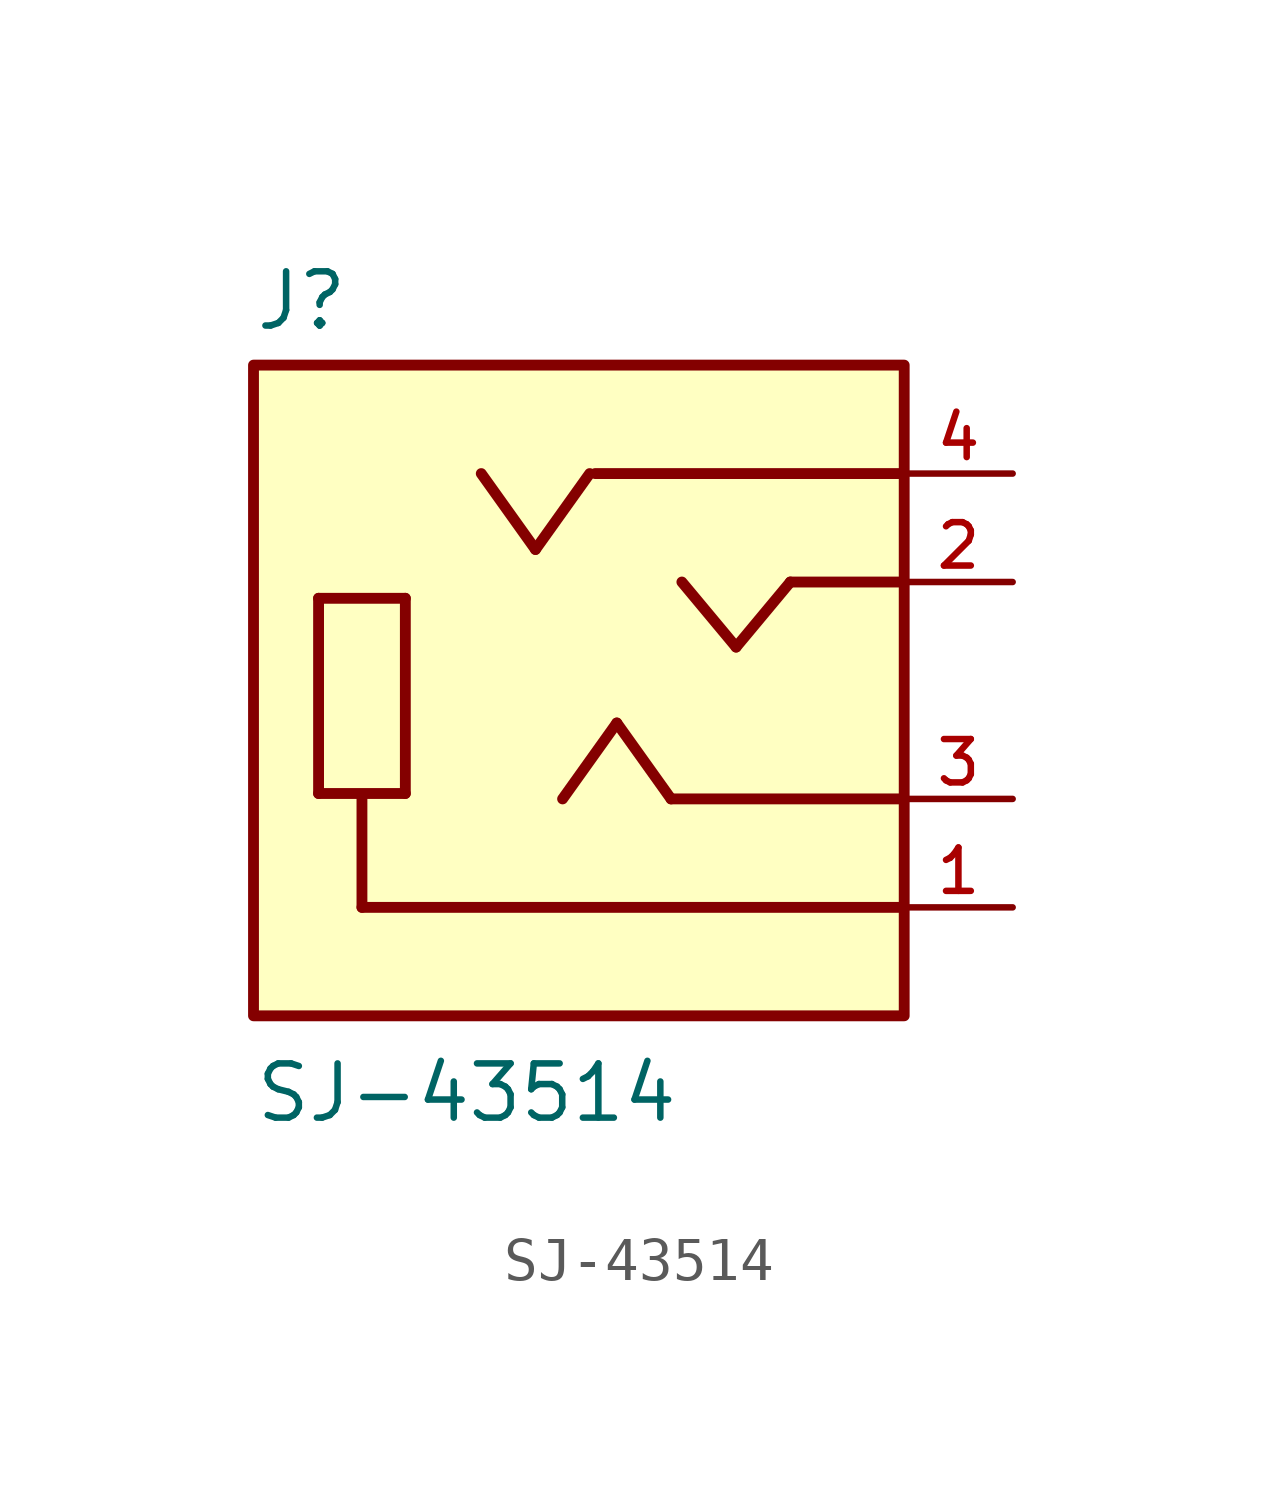
<source format=kicad_sym>
(kicad_symbol_lib
  (version 20211014)
  (generator kicad_symbol_editor)
  (symbol "SJ-43514"
    (pin_names
      (offset 1.016))
    (property "Reference" "J"
      (at -7.622 8.384 0)
      (effects (font (size 1.27 1.27)) (justify bottom left)))
    (property "Value" "SJ-43514"
      (at -7.626 -10.168 0)
      (effects (font (size 1.27 1.27)) (justify bottom left)))
    (symbol "SJ-43514_0_0"
      (polyline (pts (xy -6.096 2.159) (xy -6.096 -2.413)) (stroke (width 0.254)))
      (polyline (pts (xy -6.096 -2.413) (xy -4.064 -2.413)) (stroke (width 0.254)))
      (polyline (pts (xy -4.064 -2.413) (xy -4.064 2.159)) (stroke (width 0.254)))
      (polyline (pts (xy -4.064 2.159) (xy -6.096 2.159)) (stroke (width 0.254)))
      (polyline (pts (xy -2.286 5.08) (xy -1.016 3.302)) (stroke (width 0.254)))
      (polyline (pts (xy -1.016 3.302) (xy 0.254 5.08)) (stroke (width 0.254)))
      (polyline (pts (xy 2.159 -2.54) (xy 7.62 -2.54)) (stroke (width 0.254)))
      (polyline (pts (xy -0.381 -2.54) (xy 0.889 -0.762)) (stroke (width 0.254)))
      (polyline (pts (xy 0.889 -0.762) (xy 2.159 -2.54)) (stroke (width 0.254)))
      (polyline (pts (xy 0.381 5.08) (xy 7.62 5.08)) (stroke (width 0.254)))
      (polyline (pts (xy 4.953 2.54) (xy 7.62 2.54)) (stroke (width 0.254)))
      (polyline (pts (xy 2.413 2.54) (xy 3.683 1.016)) (stroke (width 0.254)))
      (polyline (pts (xy 3.683 1.016) (xy 4.953 2.54)) (stroke (width 0.254)))
      (polyline (pts (xy -5.08 -2.54) (xy -5.08 -5.08)) (stroke (width 0.254)))
      (polyline (pts (xy -5.08 -5.08) (xy 7.62 -5.08)) (stroke (width 0.254)))
      (rectangle (start -7.62 -7.62) (end 7.62 7.62) (stroke (width 0.254)) (fill (type background)))
      (pin passive line (at 10.16 5.08 180.0) (length 2.54) (name "~" (effects (font (size 1.016 1.016)))) (number "4" (effects (font (size 1.016 1.016)))))
      (pin passive line (at 10.16 -5.08 180.0) (length 2.54) (name "~" (effects (font (size 1.016 1.016)))) (number "1" (effects (font (size 1.016 1.016)))))
      (pin passive line (at 10.16 2.54 180.0) (length 2.54) (name "~" (effects (font (size 1.016 1.016)))) (number "2" (effects (font (size 1.016 1.016)))))
      (pin passive line (at 10.16 -2.54 180.0) (length 2.54) (name "~" (effects (font (size 1.016 1.016)))) (number "3" (effects (font (size 1.016 1.016))))))))
</source>
